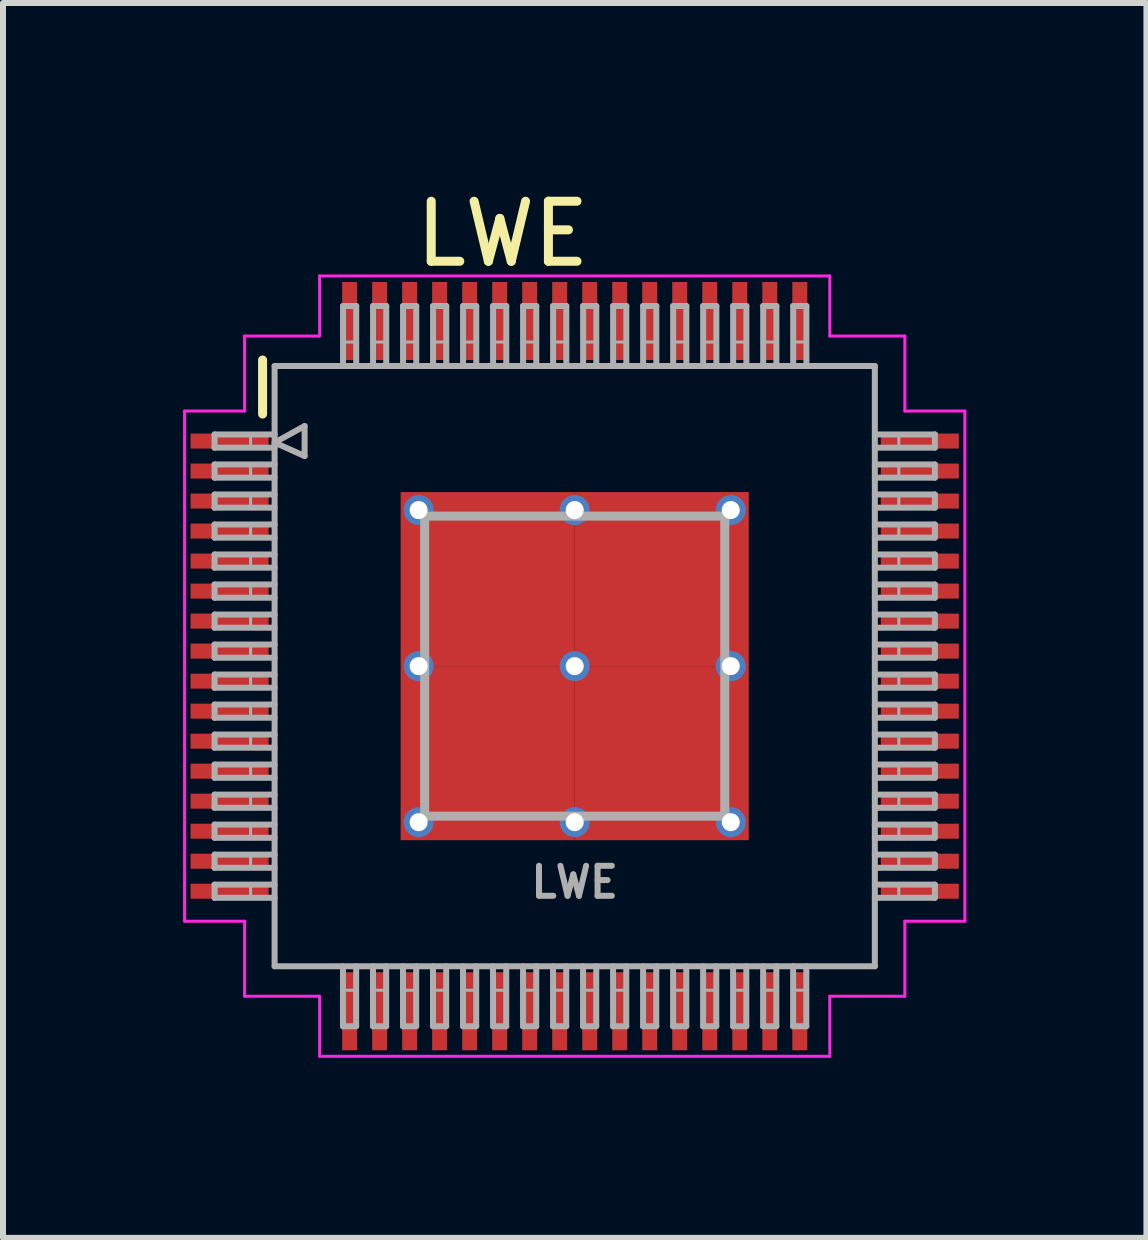
<source format=kicad_pcb>
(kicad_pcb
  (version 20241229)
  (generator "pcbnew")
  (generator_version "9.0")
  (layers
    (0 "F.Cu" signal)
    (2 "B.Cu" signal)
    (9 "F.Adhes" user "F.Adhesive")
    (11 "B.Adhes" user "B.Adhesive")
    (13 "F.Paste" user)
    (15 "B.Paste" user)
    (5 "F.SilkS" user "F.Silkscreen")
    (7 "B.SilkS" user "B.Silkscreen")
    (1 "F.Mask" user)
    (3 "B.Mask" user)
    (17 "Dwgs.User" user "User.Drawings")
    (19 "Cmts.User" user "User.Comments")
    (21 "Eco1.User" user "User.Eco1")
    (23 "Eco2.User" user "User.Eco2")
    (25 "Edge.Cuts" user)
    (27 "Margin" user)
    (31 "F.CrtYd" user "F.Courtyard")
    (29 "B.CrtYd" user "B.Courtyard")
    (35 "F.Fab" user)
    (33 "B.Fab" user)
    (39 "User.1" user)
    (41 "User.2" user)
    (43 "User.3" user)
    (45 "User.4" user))
  (footprint "LWE"
    (layer "F.Cu")
    (at 6.525 8.048)
    (property "Reference" "LWE" (at -1.2 -7.2 0) (layer "F.SilkS") (effects (font (size 1 1) (thickness 0.15))))
    (attr smd)
    (fp_line (start -5.2 -5.1) (end -5.2 -4.2) (stroke (width 0.15) (type solid)) (layer "F.SilkS"))
    (fp_line (start -6.5 -4.25) (end -5.5 -4.25) (stroke (width 0.05) (type solid)) (layer "F.CrtYd"))
    (fp_line (start -6.5 4.25) (end -6.5 -4.25) (stroke (width 0.05) (type solid)) (layer "F.CrtYd"))
    (fp_line (start -5.5 -5.5) (end -4.25 -5.5) (stroke (width 0.05) (type solid)) (layer "F.CrtYd"))
    (fp_line (start -5.5 -4.25) (end -5.5 -5.5) (stroke (width 0.05) (type solid)) (layer "F.CrtYd"))
    (fp_line (start -5.5 4.25) (end -6.5 4.25) (stroke (width 0.05) (type solid)) (layer "F.CrtYd"))
    (fp_line (start -5.5 5.5) (end -5.5 4.25) (stroke (width 0.05) (type solid)) (layer "F.CrtYd"))
    (fp_line (start -4.25 -6.5) (end 4.25 -6.5) (stroke (width 0.05) (type solid)) (layer "F.CrtYd"))
    (fp_line (start -4.25 -5.5) (end -4.25 -6.5) (stroke (width 0.05) (type solid)) (layer "F.CrtYd"))
    (fp_line (start -4.25 5.5) (end -5.5 5.5) (stroke (width 0.05) (type solid)) (layer "F.CrtYd"))
    (fp_line (start -4.25 6.5) (end -4.25 5.5) (stroke (width 0.05) (type solid)) (layer "F.CrtYd"))
    (fp_line (start 4.25 -6.5) (end 4.25 -5.5) (stroke (width 0.05) (type solid)) (layer "F.CrtYd"))
    (fp_line (start 4.25 -5.5) (end 5.5 -5.5) (stroke (width 0.05) (type solid)) (layer "F.CrtYd"))
    (fp_line (start 4.25 5.5) (end 4.25 6.5) (stroke (width 0.05) (type solid)) (layer "F.CrtYd"))
    (fp_line (start 4.25 6.5) (end -4.25 6.5) (stroke (width 0.05) (type solid)) (layer "F.CrtYd"))
    (fp_line (start 5.5 -5.5) (end 5.5 -4.25) (stroke (width 0.05) (type solid)) (layer "F.CrtYd"))
    (fp_line (start 5.5 -4.25) (end 6.5 -4.25) (stroke (width 0.05) (type solid)) (layer "F.CrtYd"))
    (fp_line (start 5.5 4.25) (end 5.5 5.5) (stroke (width 0.05) (type solid)) (layer "F.CrtYd"))
    (fp_line (start 5.5 5.5) (end 4.25 5.5) (stroke (width 0.05) (type solid)) (layer "F.CrtYd"))
    (fp_line (start 6.5 -4.25) (end 6.5 4.25) (stroke (width 0.05) (type solid)) (layer "F.CrtYd"))
    (fp_line (start 6.5 4.25) (end 5.5 4.25) (stroke (width 0.05) (type solid)) (layer "F.CrtYd"))
    (fp_line (start -6 -3.86) (end -6 -3.64) (stroke (width 0.1) (type solid)) (layer "F.Fab"))
    (fp_line (start -6 -3.64) (end -5 -3.64) (stroke (width 0.1) (type solid)) (layer "F.Fab"))
    (fp_line (start -6 -3.36) (end -6 -3.14) (stroke (width 0.1) (type solid)) (layer "F.Fab"))
    (fp_line (start -6 -3.14) (end -5 -3.14) (stroke (width 0.1) (type solid)) (layer "F.Fab"))
    (fp_line (start -6 -2.86) (end -6 -2.64) (stroke (width 0.1) (type solid)) (layer "F.Fab"))
    (fp_line (start -6 -2.64) (end -5 -2.64) (stroke (width 0.1) (type solid)) (layer "F.Fab"))
    (fp_line (start -6 -2.36) (end -6 -2.14) (stroke (width 0.1) (type solid)) (layer "F.Fab"))
    (fp_line (start -6 -2.14) (end -5 -2.14) (stroke (width 0.1) (type solid)) (layer "F.Fab"))
    (fp_line (start -6 -1.86) (end -6 -1.64) (stroke (width 0.1) (type solid)) (layer "F.Fab"))
    (fp_line (start -6 -1.64) (end -5 -1.64) (stroke (width 0.1) (type solid)) (layer "F.Fab"))
    (fp_line (start -6 -1.36) (end -6 -1.14) (stroke (width 0.1) (type solid)) (layer "F.Fab"))
    (fp_line (start -6 -1.14) (end -5 -1.14) (stroke (width 0.1) (type solid)) (layer "F.Fab"))
    (fp_line (start -6 -0.86) (end -6 -0.64) (stroke (width 0.1) (type solid)) (layer "F.Fab"))
    (fp_line (start -6 -0.64) (end -5 -0.64) (stroke (width 0.1) (type solid)) (layer "F.Fab"))
    (fp_line (start -6 -0.36) (end -6 -0.14) (stroke (width 0.1) (type solid)) (layer "F.Fab"))
    (fp_line (start -6 -0.14) (end -5 -0.14) (stroke (width 0.1) (type solid)) (layer "F.Fab"))
    (fp_line (start -6 0.14) (end -6 0.36) (stroke (width 0.1) (type solid)) (layer "F.Fab"))
    (fp_line (start -6 0.36) (end -5 0.36) (stroke (width 0.1) (type solid)) (layer "F.Fab"))
    (fp_line (start -6 0.64) (end -6 0.86) (stroke (width 0.1) (type solid)) (layer "F.Fab"))
    (fp_line (start -6 0.86) (end -5 0.86) (stroke (width 0.1) (type solid)) (layer "F.Fab"))
    (fp_line (start -6 1.14) (end -6 1.36) (stroke (width 0.1) (type solid)) (layer "F.Fab"))
    (fp_line (start -6 1.36) (end -5 1.36) (stroke (width 0.1) (type solid)) (layer "F.Fab"))
    (fp_line (start -6 1.64) (end -6 1.86) (stroke (width 0.1) (type solid)) (layer "F.Fab"))
    (fp_line (start -6 1.86) (end -5 1.86) (stroke (width 0.1) (type solid)) (layer "F.Fab"))
    (fp_line (start -6 2.14) (end -6 2.36) (stroke (width 0.1) (type solid)) (layer "F.Fab"))
    (fp_line (start -6 2.36) (end -5 2.36) (stroke (width 0.1) (type solid)) (layer "F.Fab"))
    (fp_line (start -6 2.64) (end -6 2.86) (stroke (width 0.1) (type solid)) (layer "F.Fab"))
    (fp_line (start -6 2.86) (end -5 2.86) (stroke (width 0.1) (type solid)) (layer "F.Fab"))
    (fp_line (start -6 3.14) (end -6 3.36) (stroke (width 0.1) (type solid)) (layer "F.Fab"))
    (fp_line (start -6 3.36) (end -5 3.36) (stroke (width 0.1) (type solid)) (layer "F.Fab"))
    (fp_line (start -6 3.64) (end -6 3.86) (stroke (width 0.1) (type solid)) (layer "F.Fab"))
    (fp_line (start -6 3.86) (end -5 3.86) (stroke (width 0.1) (type solid)) (layer "F.Fab"))
    (fp_line (start -5.4 -3.86) (end -5.4 -3.64) (stroke (width 0.05) (type solid)) (layer "F.Fab"))
    (fp_line (start -5.4 -3.36) (end -5.4 -3.14) (stroke (width 0.05) (type solid)) (layer "F.Fab"))
    (fp_line (start -5.4 -2.86) (end -5.4 -2.64) (stroke (width 0.05) (type solid)) (layer "F.Fab"))
    (fp_line (start -5.4 -2.36) (end -5.4 -2.14) (stroke (width 0.05) (type solid)) (layer "F.Fab"))
    (fp_line (start -5.4 -1.86) (end -5.4 -1.64) (stroke (width 0.05) (type solid)) (layer "F.Fab"))
    (fp_line (start -5.4 -1.36) (end -5.4 -1.14) (stroke (width 0.05) (type solid)) (layer "F.Fab"))
    (fp_line (start -5.4 -0.86) (end -5.4 -0.64) (stroke (width 0.05) (type solid)) (layer "F.Fab"))
    (fp_line (start -5.4 -0.36) (end -5.4 -0.14) (stroke (width 0.05) (type solid)) (layer "F.Fab"))
    (fp_line (start -5.4 0.14) (end -5.4 0.36) (stroke (width 0.05) (type solid)) (layer "F.Fab"))
    (fp_line (start -5.4 0.64) (end -5.4 0.86) (stroke (width 0.05) (type solid)) (layer "F.Fab"))
    (fp_line (start -5.4 1.14) (end -5.4 1.36) (stroke (width 0.05) (type solid)) (layer "F.Fab"))
    (fp_line (start -5.4 1.64) (end -5.4 1.86) (stroke (width 0.05) (type solid)) (layer "F.Fab"))
    (fp_line (start -5.4 2.14) (end -5.4 2.36) (stroke (width 0.05) (type solid)) (layer "F.Fab"))
    (fp_line (start -5.4 2.64) (end -5.4 2.86) (stroke (width 0.05) (type solid)) (layer "F.Fab"))
    (fp_line (start -5.4 3.14) (end -5.4 3.36) (stroke (width 0.05) (type solid)) (layer "F.Fab"))
    (fp_line (start -5.4 3.64) (end -5.4 3.86) (stroke (width 0.05) (type solid)) (layer "F.Fab"))
    (fp_line (start -5 -5) (end -5 5) (stroke (width 0.1) (type solid)) (layer "F.Fab"))
    (fp_line (start -5 -3.86) (end -6 -3.86) (stroke (width 0.1) (type solid)) (layer "F.Fab"))
    (fp_line (start -5 -3.725) (end -4.5 -4) (stroke (width 0.1) (type solid)) (layer "F.Fab"))
    (fp_line (start -5 -3.36) (end -6 -3.36) (stroke (width 0.1) (type solid)) (layer "F.Fab"))
    (fp_line (start -5 -2.86) (end -6 -2.86) (stroke (width 0.1) (type solid)) (layer "F.Fab"))
    (fp_line (start -5 -2.36) (end -6 -2.36) (stroke (width 0.1) (type solid)) (layer "F.Fab"))
    (fp_line (start -5 -1.86) (end -6 -1.86) (stroke (width 0.1) (type solid)) (layer "F.Fab"))
    (fp_line (start -5 -1.36) (end -6 -1.36) (stroke (width 0.1) (type solid)) (layer "F.Fab"))
    (fp_line (start -5 -0.86) (end -6 -0.86) (stroke (width 0.1) (type solid)) (layer "F.Fab"))
    (fp_line (start -5 -0.36) (end -6 -0.36) (stroke (width 0.1) (type solid)) (layer "F.Fab"))
    (fp_line (start -5 0.14) (end -6 0.14) (stroke (width 0.1) (type solid)) (layer "F.Fab"))
    (fp_line (start -5 0.64) (end -6 0.64) (stroke (width 0.1) (type solid)) (layer "F.Fab"))
    (fp_line (start -5 1.14) (end -6 1.14) (stroke (width 0.1) (type solid)) (layer "F.Fab"))
    (fp_line (start -5 1.64) (end -6 1.64) (stroke (width 0.1) (type solid)) (layer "F.Fab"))
    (fp_line (start -5 2.14) (end -6 2.14) (stroke (width 0.1) (type solid)) (layer "F.Fab"))
    (fp_line (start -5 2.64) (end -6 2.64) (stroke (width 0.1) (type solid)) (layer "F.Fab"))
    (fp_line (start -5 3.14) (end -6 3.14) (stroke (width 0.1) (type solid)) (layer "F.Fab"))
    (fp_line (start -5 3.64) (end -6 3.64) (stroke (width 0.1) (type solid)) (layer "F.Fab"))
    (fp_line (start -5 5) (end 5 5) (stroke (width 0.1) (type solid)) (layer "F.Fab"))
    (fp_line (start -4.5 -4) (end -4.5 -3.5) (stroke (width 0.1) (type solid)) (layer "F.Fab"))
    (fp_line (start -4.5 -3.5) (end -5 -3.725) (stroke (width 0.1) (type solid)) (layer "F.Fab"))
    (fp_line (start -3.861 5) (end -3.861 6) (stroke (width 0.1) (type solid)) (layer "F.Fab"))
    (fp_line (start -3.861 6) (end -3.641 6) (stroke (width 0.1) (type solid)) (layer "F.Fab"))
    (fp_line (start -3.86 -6) (end -3.86 -5) (stroke (width 0.1) (type solid)) (layer "F.Fab"))
    (fp_line (start -3.86 -5.4) (end -3.64 -5.4) (stroke (width 0.05) (type solid)) (layer "F.Fab"))
    (fp_line (start -3.86 5.4) (end -3.64 5.4) (stroke (width 0.05) (type solid)) (layer "F.Fab"))
    (fp_line (start -3.641 6) (end -3.641 5) (stroke (width 0.1) (type solid)) (layer "F.Fab"))
    (fp_line (start -3.64 -6) (end -3.86 -6) (stroke (width 0.1) (type solid)) (layer "F.Fab"))
    (fp_line (start -3.64 -5) (end -3.64 -6) (stroke (width 0.1) (type solid)) (layer "F.Fab"))
    (fp_line (start -3.361 5) (end -3.361 6) (stroke (width 0.1) (type solid)) (layer "F.Fab"))
    (fp_line (start -3.361 6) (end -3.141 6) (stroke (width 0.1) (type solid)) (layer "F.Fab"))
    (fp_line (start -3.36 -6) (end -3.36 -5) (stroke (width 0.1) (type solid)) (layer "F.Fab"))
    (fp_line (start -3.36 -5.4) (end -3.14 -5.4) (stroke (width 0.05) (type solid)) (layer "F.Fab"))
    (fp_line (start -3.36 5.4) (end -3.14 5.4) (stroke (width 0.05) (type solid)) (layer "F.Fab"))
    (fp_line (start -3.141 6) (end -3.141 5) (stroke (width 0.1) (type solid)) (layer "F.Fab"))
    (fp_line (start -3.14 -6) (end -3.36 -6) (stroke (width 0.1) (type solid)) (layer "F.Fab"))
    (fp_line (start -3.14 -5) (end -3.14 -6) (stroke (width 0.1) (type solid)) (layer "F.Fab"))
    (fp_line (start -2.861 5) (end -2.861 6) (stroke (width 0.1) (type solid)) (layer "F.Fab"))
    (fp_line (start -2.861 6) (end -2.641 6) (stroke (width 0.1) (type solid)) (layer "F.Fab"))
    (fp_line (start -2.86 -6) (end -2.86 -5) (stroke (width 0.1) (type solid)) (layer "F.Fab"))
    (fp_line (start -2.86 -5.4) (end -2.64 -5.4) (stroke (width 0.05) (type solid)) (layer "F.Fab"))
    (fp_line (start -2.86 5.4) (end -2.64 5.4) (stroke (width 0.05) (type solid)) (layer "F.Fab"))
    (fp_line (start -2.641 6) (end -2.641 5) (stroke (width 0.1) (type solid)) (layer "F.Fab"))
    (fp_line (start -2.64 -6) (end -2.86 -6) (stroke (width 0.1) (type solid)) (layer "F.Fab"))
    (fp_line (start -2.64 -5) (end -2.64 -6) (stroke (width 0.1) (type solid)) (layer "F.Fab"))
    (fp_line (start -2.5 -2.5) (end 2.5 -2.5) (stroke (width 0.15) (type solid)) (layer "F.Fab"))
    (fp_line (start -2.5 2.5) (end -2.5 -2.5) (stroke (width 0.15) (type solid)) (layer "F.Fab"))
    (fp_line (start -2.361 5) (end -2.361 6) (stroke (width 0.1) (type solid)) (layer "F.Fab"))
    (fp_line (start -2.361 6) (end -2.141 6) (stroke (width 0.1) (type solid)) (layer "F.Fab"))
    (fp_line (start -2.36 -6) (end -2.36 -5) (stroke (width 0.1) (type solid)) (layer "F.Fab"))
    (fp_line (start -2.36 -5.4) (end -2.14 -5.4) (stroke (width 0.05) (type solid)) (layer "F.Fab"))
    (fp_line (start -2.36 5.4) (end -2.14 5.4) (stroke (width 0.05) (type solid)) (layer "F.Fab"))
    (fp_line (start -2.141 6) (end -2.141 5) (stroke (width 0.1) (type solid)) (layer "F.Fab"))
    (fp_line (start -2.14 -6) (end -2.36 -6) (stroke (width 0.1) (type solid)) (layer "F.Fab"))
    (fp_line (start -2.14 -5) (end -2.14 -6) (stroke (width 0.1) (type solid)) (layer "F.Fab"))
    (fp_line (start -1.861 5) (end -1.861 6) (stroke (width 0.1) (type solid)) (layer "F.Fab"))
    (fp_line (start -1.861 6) (end -1.641 6) (stroke (width 0.1) (type solid)) (layer "F.Fab"))
    (fp_line (start -1.86 -6) (end -1.86 -5) (stroke (width 0.1) (type solid)) (layer "F.Fab"))
    (fp_line (start -1.86 -5.4) (end -1.64 -5.4) (stroke (width 0.05) (type solid)) (layer "F.Fab"))
    (fp_line (start -1.86 5.4) (end -1.64 5.4) (stroke (width 0.05) (type solid)) (layer "F.Fab"))
    (fp_line (start -1.641 6) (end -1.641 5) (stroke (width 0.1) (type solid)) (layer "F.Fab"))
    (fp_line (start -1.64 -6) (end -1.86 -6) (stroke (width 0.1) (type solid)) (layer "F.Fab"))
    (fp_line (start -1.64 -5) (end -1.64 -6) (stroke (width 0.1) (type solid)) (layer "F.Fab"))
    (fp_line (start -1.361 5) (end -1.361 6) (stroke (width 0.1) (type solid)) (layer "F.Fab"))
    (fp_line (start -1.361 6) (end -1.141 6) (stroke (width 0.1) (type solid)) (layer "F.Fab"))
    (fp_line (start -1.36 -6) (end -1.36 -5) (stroke (width 0.1) (type solid)) (layer "F.Fab"))
    (fp_line (start -1.36 -5.4) (end -1.14 -5.4) (stroke (width 0.05) (type solid)) (layer "F.Fab"))
    (fp_line (start -1.36 5.4) (end -1.14 5.4) (stroke (width 0.05) (type solid)) (layer "F.Fab"))
    (fp_line (start -1.141 6) (end -1.141 5) (stroke (width 0.1) (type solid)) (layer "F.Fab"))
    (fp_line (start -1.14 -6) (end -1.36 -6) (stroke (width 0.1) (type solid)) (layer "F.Fab"))
    (fp_line (start -1.14 -5) (end -1.14 -6) (stroke (width 0.1) (type solid)) (layer "F.Fab"))
    (fp_line (start -0.861 5) (end -0.861 6) (stroke (width 0.1) (type solid)) (layer "F.Fab"))
    (fp_line (start -0.861 6) (end -0.641 6) (stroke (width 0.1) (type solid)) (layer "F.Fab"))
    (fp_line (start -0.86 -6) (end -0.86 -5) (stroke (width 0.1) (type solid)) (layer "F.Fab"))
    (fp_line (start -0.86 -5.4) (end -0.64 -5.4) (stroke (width 0.05) (type solid)) (layer "F.Fab"))
    (fp_line (start -0.86 5.4) (end -0.64 5.4) (stroke (width 0.05) (type solid)) (layer "F.Fab"))
    (fp_line (start -0.641 6) (end -0.641 5) (stroke (width 0.1) (type solid)) (layer "F.Fab"))
    (fp_line (start -0.64 -6) (end -0.86 -6) (stroke (width 0.1) (type solid)) (layer "F.Fab"))
    (fp_line (start -0.64 -5) (end -0.64 -6) (stroke (width 0.1) (type solid)) (layer "F.Fab"))
    (fp_line (start -0.361 5) (end -0.361 6) (stroke (width 0.1) (type solid)) (layer "F.Fab"))
    (fp_line (start -0.361 6) (end -0.141 6) (stroke (width 0.1) (type solid)) (layer "F.Fab"))
    (fp_line (start -0.36 -6) (end -0.36 -5) (stroke (width 0.1) (type solid)) (layer "F.Fab"))
    (fp_line (start -0.36 -5.4) (end -0.14 -5.4) (stroke (width 0.05) (type solid)) (layer "F.Fab"))
    (fp_line (start -0.36 5.4) (end -0.14 5.4) (stroke (width 0.05) (type solid)) (layer "F.Fab"))
    (fp_line (start -0.141 6) (end -0.141 5) (stroke (width 0.1) (type solid)) (layer "F.Fab"))
    (fp_line (start -0.14 -6) (end -0.36 -6) (stroke (width 0.1) (type solid)) (layer "F.Fab"))
    (fp_line (start -0.14 -5) (end -0.14 -6) (stroke (width 0.1) (type solid)) (layer "F.Fab"))
    (fp_line (start 0.139 5) (end 0.139 6) (stroke (width 0.1) (type solid)) (layer "F.Fab"))
    (fp_line (start 0.139 6) (end 0.359 6) (stroke (width 0.1) (type solid)) (layer "F.Fab"))
    (fp_line (start 0.14 -6) (end 0.14 -5) (stroke (width 0.1) (type solid)) (layer "F.Fab"))
    (fp_line (start 0.14 -5.4) (end 0.36 -5.4) (stroke (width 0.05) (type solid)) (layer "F.Fab"))
    (fp_line (start 0.14 5.4) (end 0.36 5.4) (stroke (width 0.05) (type solid)) (layer "F.Fab"))
    (fp_line (start 0.359 6) (end 0.359 5) (stroke (width 0.1) (type solid)) (layer "F.Fab"))
    (fp_line (start 0.36 -6) (end 0.14 -6) (stroke (width 0.1) (type solid)) (layer "F.Fab"))
    (fp_line (start 0.36 -5) (end 0.36 -6) (stroke (width 0.1) (type solid)) (layer "F.Fab"))
    (fp_line (start 0.639 5) (end 0.639 6) (stroke (width 0.1) (type solid)) (layer "F.Fab"))
    (fp_line (start 0.639 6) (end 0.859 6) (stroke (width 0.1) (type solid)) (layer "F.Fab"))
    (fp_line (start 0.64 -6) (end 0.64 -5) (stroke (width 0.1) (type solid)) (layer "F.Fab"))
    (fp_line (start 0.64 -5.4) (end 0.86 -5.4) (stroke (width 0.05) (type solid)) (layer "F.Fab"))
    (fp_line (start 0.64 5.4) (end 0.86 5.4) (stroke (width 0.05) (type solid)) (layer "F.Fab"))
    (fp_line (start 0.859 6) (end 0.859 5) (stroke (width 0.1) (type solid)) (layer "F.Fab"))
    (fp_line (start 0.86 -6) (end 0.64 -6) (stroke (width 0.1) (type solid)) (layer "F.Fab"))
    (fp_line (start 0.86 -5) (end 0.86 -6) (stroke (width 0.1) (type solid)) (layer "F.Fab"))
    (fp_line (start 1.139 5) (end 1.139 6) (stroke (width 0.1) (type solid)) (layer "F.Fab"))
    (fp_line (start 1.139 6) (end 1.359 6) (stroke (width 0.1) (type solid)) (layer "F.Fab"))
    (fp_line (start 1.14 -6) (end 1.14 -5) (stroke (width 0.1) (type solid)) (layer "F.Fab"))
    (fp_line (start 1.14 -5.4) (end 1.36 -5.4) (stroke (width 0.05) (type solid)) (layer "F.Fab"))
    (fp_line (start 1.14 5.4) (end 1.36 5.4) (stroke (width 0.05) (type solid)) (layer "F.Fab"))
    (fp_line (start 1.359 6) (end 1.359 5) (stroke (width 0.1) (type solid)) (layer "F.Fab"))
    (fp_line (start 1.36 -6) (end 1.14 -6) (stroke (width 0.1) (type solid)) (layer "F.Fab"))
    (fp_line (start 1.36 -5) (end 1.36 -6) (stroke (width 0.1) (type solid)) (layer "F.Fab"))
    (fp_line (start 1.639 5) (end 1.639 6) (stroke (width 0.1) (type solid)) (layer "F.Fab"))
    (fp_line (start 1.639 6) (end 1.859 6) (stroke (width 0.1) (type solid)) (layer "F.Fab"))
    (fp_line (start 1.64 -6) (end 1.64 -5) (stroke (width 0.1) (type solid)) (layer "F.Fab"))
    (fp_line (start 1.64 -5.4) (end 1.86 -5.4) (stroke (width 0.05) (type solid)) (layer "F.Fab"))
    (fp_line (start 1.64 5.4) (end 1.86 5.4) (stroke (width 0.05) (type solid)) (layer "F.Fab"))
    (fp_line (start 1.859 6) (end 1.859 5) (stroke (width 0.1) (type solid)) (layer "F.Fab"))
    (fp_line (start 1.86 -6) (end 1.64 -6) (stroke (width 0.1) (type solid)) (layer "F.Fab"))
    (fp_line (start 1.86 -5) (end 1.86 -6) (stroke (width 0.1) (type solid)) (layer "F.Fab"))
    (fp_line (start 2.139 5) (end 2.139 6) (stroke (width 0.1) (type solid)) (layer "F.Fab"))
    (fp_line (start 2.139 6) (end 2.359 6) (stroke (width 0.1) (type solid)) (layer "F.Fab"))
    (fp_line (start 2.14 -6) (end 2.14 -5) (stroke (width 0.1) (type solid)) (layer "F.Fab"))
    (fp_line (start 2.14 -5.4) (end 2.36 -5.4) (stroke (width 0.05) (type solid)) (layer "F.Fab"))
    (fp_line (start 2.14 5.4) (end 2.36 5.4) (stroke (width 0.05) (type solid)) (layer "F.Fab"))
    (fp_line (start 2.359 6) (end 2.359 5) (stroke (width 0.1) (type solid)) (layer "F.Fab"))
    (fp_line (start 2.36 -6) (end 2.14 -6) (stroke (width 0.1) (type solid)) (layer "F.Fab"))
    (fp_line (start 2.36 -5) (end 2.36 -6) (stroke (width 0.1) (type solid)) (layer "F.Fab"))
    (fp_line (start 2.5 -2.5) (end 2.5 2.5) (stroke (width 0.15) (type solid)) (layer "F.Fab"))
    (fp_line (start 2.5 2.5) (end -2.5 2.5) (stroke (width 0.15) (type solid)) (layer "F.Fab"))
    (fp_line (start 2.639 5) (end 2.639 6) (stroke (width 0.1) (type solid)) (layer "F.Fab"))
    (fp_line (start 2.639 6) (end 2.859 6) (stroke (width 0.1) (type solid)) (layer "F.Fab"))
    (fp_line (start 2.64 -6) (end 2.64 -5) (stroke (width 0.1) (type solid)) (layer "F.Fab"))
    (fp_line (start 2.64 -5.4) (end 2.86 -5.4) (stroke (width 0.05) (type solid)) (layer "F.Fab"))
    (fp_line (start 2.64 5.4) (end 2.86 5.4) (stroke (width 0.05) (type solid)) (layer "F.Fab"))
    (fp_line (start 2.859 6) (end 2.859 5) (stroke (width 0.1) (type solid)) (layer "F.Fab"))
    (fp_line (start 2.86 -6) (end 2.64 -6) (stroke (width 0.1) (type solid)) (layer "F.Fab"))
    (fp_line (start 2.86 -5) (end 2.86 -6) (stroke (width 0.1) (type solid)) (layer "F.Fab"))
    (fp_line (start 3.139 5) (end 3.139 6) (stroke (width 0.1) (type solid)) (layer "F.Fab"))
    (fp_line (start 3.139 6) (end 3.359 6) (stroke (width 0.1) (type solid)) (layer "F.Fab"))
    (fp_line (start 3.14 -6) (end 3.14 -5) (stroke (width 0.1) (type solid)) (layer "F.Fab"))
    (fp_line (start 3.14 -5.4) (end 3.36 -5.4) (stroke (width 0.05) (type solid)) (layer "F.Fab"))
    (fp_line (start 3.14 5.4) (end 3.36 5.4) (stroke (width 0.05) (type solid)) (layer "F.Fab"))
    (fp_line (start 3.359 6) (end 3.359 5) (stroke (width 0.1) (type solid)) (layer "F.Fab"))
    (fp_line (start 3.36 -6) (end 3.14 -6) (stroke (width 0.1) (type solid)) (layer "F.Fab"))
    (fp_line (start 3.36 -5) (end 3.36 -6) (stroke (width 0.1) (type solid)) (layer "F.Fab"))
    (fp_line (start 3.639 5) (end 3.639 6) (stroke (width 0.1) (type solid)) (layer "F.Fab"))
    (fp_line (start 3.639 6) (end 3.859 6) (stroke (width 0.1) (type solid)) (layer "F.Fab"))
    (fp_line (start 3.64 -6) (end 3.64 -5) (stroke (width 0.1) (type solid)) (layer "F.Fab"))
    (fp_line (start 3.64 -5.4) (end 3.86 -5.4) (stroke (width 0.05) (type solid)) (layer "F.Fab"))
    (fp_line (start 3.64 5.4) (end 3.86 5.4) (stroke (width 0.05) (type solid)) (layer "F.Fab"))
    (fp_line (start 3.859 6) (end 3.859 5) (stroke (width 0.1) (type solid)) (layer "F.Fab"))
    (fp_line (start 3.86 -6) (end 3.64 -6) (stroke (width 0.1) (type solid)) (layer "F.Fab"))
    (fp_line (start 3.86 -5) (end 3.86 -6) (stroke (width 0.1) (type solid)) (layer "F.Fab"))
    (fp_line (start 5 -5) (end -5 -5) (stroke (width 0.1) (type solid)) (layer "F.Fab"))
    (fp_line (start 5 -3.64) (end 6 -3.64) (stroke (width 0.1) (type solid)) (layer "F.Fab"))
    (fp_line (start 5 -3.14) (end 6 -3.14) (stroke (width 0.1) (type solid)) (layer "F.Fab"))
    (fp_line (start 5 -2.64) (end 6 -2.64) (stroke (width 0.1) (type solid)) (layer "F.Fab"))
    (fp_line (start 5 -2.14) (end 6 -2.14) (stroke (width 0.1) (type solid)) (layer "F.Fab"))
    (fp_line (start 5 -1.64) (end 6 -1.64) (stroke (width 0.1) (type solid)) (layer "F.Fab"))
    (fp_line (start 5 -1.14) (end 6 -1.14) (stroke (width 0.1) (type solid)) (layer "F.Fab"))
    (fp_line (start 5 -0.64) (end 6 -0.64) (stroke (width 0.1) (type solid)) (layer "F.Fab"))
    (fp_line (start 5 -0.14) (end 6 -0.14) (stroke (width 0.1) (type solid)) (layer "F.Fab"))
    (fp_line (start 5 0.36) (end 6 0.36) (stroke (width 0.1) (type solid)) (layer "F.Fab"))
    (fp_line (start 5 0.86) (end 6 0.86) (stroke (width 0.1) (type solid)) (layer "F.Fab"))
    (fp_line (start 5 1.36) (end 6 1.36) (stroke (width 0.1) (type solid)) (layer "F.Fab"))
    (fp_line (start 5 1.86) (end 6 1.86) (stroke (width 0.1) (type solid)) (layer "F.Fab"))
    (fp_line (start 5 2.36) (end 6 2.36) (stroke (width 0.1) (type solid)) (layer "F.Fab"))
    (fp_line (start 5 2.86) (end 6 2.86) (stroke (width 0.1) (type solid)) (layer "F.Fab"))
    (fp_line (start 5 3.36) (end 6 3.36) (stroke (width 0.1) (type solid)) (layer "F.Fab"))
    (fp_line (start 5 3.86) (end 6 3.86) (stroke (width 0.1) (type solid)) (layer "F.Fab"))
    (fp_line (start 5 5) (end 5 -5) (stroke (width 0.1) (type solid)) (layer "F.Fab"))
    (fp_line (start 5.4 -3.86) (end 5.4 -3.64) (stroke (width 0.05) (type solid)) (layer "F.Fab"))
    (fp_line (start 5.4 -3.36) (end 5.4 -3.14) (stroke (width 0.05) (type solid)) (layer "F.Fab"))
    (fp_line (start 5.4 -2.86) (end 5.4 -2.64) (stroke (width 0.05) (type solid)) (layer "F.Fab"))
    (fp_line (start 5.4 -2.36) (end 5.4 -2.14) (stroke (width 0.05) (type solid)) (layer "F.Fab"))
    (fp_line (start 5.4 -1.86) (end 5.4 -1.64) (stroke (width 0.05) (type solid)) (layer "F.Fab"))
    (fp_line (start 5.4 -1.36) (end 5.4 -1.14) (stroke (width 0.05) (type solid)) (layer "F.Fab"))
    (fp_line (start 5.4 -0.86) (end 5.4 -0.64) (stroke (width 0.05) (type solid)) (layer "F.Fab"))
    (fp_line (start 5.4 -0.36) (end 5.4 -0.14) (stroke (width 0.05) (type solid)) (layer "F.Fab"))
    (fp_line (start 5.4 0.14) (end 5.4 0.36) (stroke (width 0.05) (type solid)) (layer "F.Fab"))
    (fp_line (start 5.4 0.64) (end 5.4 0.86) (stroke (width 0.05) (type solid)) (layer "F.Fab"))
    (fp_line (start 5.4 1.14) (end 5.4 1.36) (stroke (width 0.05) (type solid)) (layer "F.Fab"))
    (fp_line (start 5.4 1.64) (end 5.4 1.86) (stroke (width 0.05) (type solid)) (layer "F.Fab"))
    (fp_line (start 5.4 2.14) (end 5.4 2.36) (stroke (width 0.05) (type solid)) (layer "F.Fab"))
    (fp_line (start 5.4 2.64) (end 5.4 2.86) (stroke (width 0.05) (type solid)) (layer "F.Fab"))
    (fp_line (start 5.4 3.14) (end 5.4 3.36) (stroke (width 0.05) (type solid)) (layer "F.Fab"))
    (fp_line (start 5.4 3.64) (end 5.4 3.86) (stroke (width 0.05) (type solid)) (layer "F.Fab"))
    (fp_line (start 6 -3.86) (end 5 -3.86) (stroke (width 0.1) (type solid)) (layer "F.Fab"))
    (fp_line (start 6 -3.64) (end 6 -3.86) (stroke (width 0.1) (type solid)) (layer "F.Fab"))
    (fp_line (start 6 -3.36) (end 5 -3.36) (stroke (width 0.1) (type solid)) (layer "F.Fab"))
    (fp_line (start 6 -3.14) (end 6 -3.36) (stroke (width 0.1) (type solid)) (layer "F.Fab"))
    (fp_line (start 6 -2.86) (end 5 -2.86) (stroke (width 0.1) (type solid)) (layer "F.Fab"))
    (fp_line (start 6 -2.64) (end 6 -2.86) (stroke (width 0.1) (type solid)) (layer "F.Fab"))
    (fp_line (start 6 -2.36) (end 5 -2.36) (stroke (width 0.1) (type solid)) (layer "F.Fab"))
    (fp_line (start 6 -2.14) (end 6 -2.36) (stroke (width 0.1) (type solid)) (layer "F.Fab"))
    (fp_line (start 6 -1.86) (end 5 -1.86) (stroke (width 0.1) (type solid)) (layer "F.Fab"))
    (fp_line (start 6 -1.64) (end 6 -1.86) (stroke (width 0.1) (type solid)) (layer "F.Fab"))
    (fp_line (start 6 -1.36) (end 5 -1.36) (stroke (width 0.1) (type solid)) (layer "F.Fab"))
    (fp_line (start 6 -1.14) (end 6 -1.36) (stroke (width 0.1) (type solid)) (layer "F.Fab"))
    (fp_line (start 6 -0.86) (end 5 -0.86) (stroke (width 0.1) (type solid)) (layer "F.Fab"))
    (fp_line (start 6 -0.64) (end 6 -0.86) (stroke (width 0.1) (type solid)) (layer "F.Fab"))
    (fp_line (start 6 -0.36) (end 5 -0.36) (stroke (width 0.1) (type solid)) (layer "F.Fab"))
    (fp_line (start 6 -0.14) (end 6 -0.36) (stroke (width 0.1) (type solid)) (layer "F.Fab"))
    (fp_line (start 6 0.14) (end 5 0.14) (stroke (width 0.1) (type solid)) (layer "F.Fab"))
    (fp_line (start 6 0.36) (end 6 0.14) (stroke (width 0.1) (type solid)) (layer "F.Fab"))
    (fp_line (start 6 0.64) (end 5 0.64) (stroke (width 0.1) (type solid)) (layer "F.Fab"))
    (fp_line (start 6 0.86) (end 6 0.64) (stroke (width 0.1) (type solid)) (layer "F.Fab"))
    (fp_line (start 6 1.14) (end 5 1.14) (stroke (width 0.1) (type solid)) (layer "F.Fab"))
    (fp_line (start 6 1.36) (end 6 1.14) (stroke (width 0.1) (type solid)) (layer "F.Fab"))
    (fp_line (start 6 1.64) (end 5 1.64) (stroke (width 0.1) (type solid)) (layer "F.Fab"))
    (fp_line (start 6 1.86) (end 6 1.64) (stroke (width 0.1) (type solid)) (layer "F.Fab"))
    (fp_line (start 6 2.14) (end 5 2.14) (stroke (width 0.1) (type solid)) (layer "F.Fab"))
    (fp_line (start 6 2.36) (end 6 2.14) (stroke (width 0.1) (type solid)) (layer "F.Fab"))
    (fp_line (start 6 2.64) (end 5 2.64) (stroke (width 0.1) (type solid)) (layer "F.Fab"))
    (fp_line (start 6 2.86) (end 6 2.64) (stroke (width 0.1) (type solid)) (layer "F.Fab"))
    (fp_line (start 6 3.14) (end 5 3.14) (stroke (width 0.1) (type solid)) (layer "F.Fab"))
    (fp_line (start 6 3.36) (end 6 3.14) (stroke (width 0.1) (type solid)) (layer "F.Fab"))
    (fp_line (start 6 3.64) (end 5 3.64) (stroke (width 0.1) (type solid)) (layer "F.Fab"))
    (fp_line (start 6 3.86) (end 6 3.64) (stroke (width 0.1) (type solid)) (layer "F.Fab"))
    (fp_text user "${REFERENCE}" (at 0 3.6 0) (layer "F.Fab") (effects (font (size 0.5 0.5) (thickness 0.1))))
    (pad "1" smd rect (at -5.75 -3.75 90) (size 0.25 1.3) (layers "F.Cu" "F.Mask" "F.Paste"))
    (pad "2" smd rect (at -5.75 -3.25 90) (size 0.25 1.3) (layers "F.Cu" "F.Mask" "F.Paste"))
    (pad "3" smd rect (at -5.75 -2.75 90) (size 0.25 1.3) (layers "F.Cu" "F.Mask" "F.Paste"))
    (pad "4" smd rect (at -5.75 -2.25 90) (size 0.25 1.3) (layers "F.Cu" "F.Mask" "F.Paste"))
    (pad "5" smd rect (at -5.75 -1.75 90) (size 0.25 1.3) (layers "F.Cu" "F.Mask" "F.Paste"))
    (pad "6" smd rect (at -5.75 -1.25 90) (size 0.25 1.3) (layers "F.Cu" "F.Mask" "F.Paste"))
    (pad "7" smd rect (at -5.75 -0.75 90) (size 0.25 1.3) (layers "F.Cu" "F.Mask" "F.Paste"))
    (pad "8" smd rect (at -5.75 -0.25 90) (size 0.25 1.3) (layers "F.Cu" "F.Mask" "F.Paste"))
    (pad "9" smd rect (at -5.75 0.25 90) (size 0.25 1.3) (layers "F.Cu" "F.Mask" "F.Paste"))
    (pad "10" smd rect (at -5.75 0.75 90) (size 0.25 1.3) (layers "F.Cu" "F.Mask" "F.Paste"))
    (pad "11" smd rect (at -5.75 1.25 90) (size 0.25 1.3) (layers "F.Cu" "F.Mask" "F.Paste"))
    (pad "12" smd rect (at -5.75 1.75 90) (size 0.25 1.3) (layers "F.Cu" "F.Mask" "F.Paste"))
    (pad "13" smd rect (at -5.75 2.25 90) (size 0.25 1.3) (layers "F.Cu" "F.Mask" "F.Paste"))
    (pad "14" smd rect (at -5.75 2.75 90) (size 0.25 1.3) (layers "F.Cu" "F.Mask" "F.Paste"))
    (pad "15" smd rect (at -5.75 3.25 90) (size 0.25 1.3) (layers "F.Cu" "F.Mask" "F.Paste"))
    (pad "16" smd rect (at -5.75 3.75 90) (size 0.25 1.3) (layers "F.Cu" "F.Mask" "F.Paste"))
    (pad "17" smd rect (at -3.75 5.75) (size 0.25 1.3) (layers "F.Cu" "F.Mask" "F.Paste"))
    (pad "18" smd rect (at -3.25 5.75) (size 0.25 1.3) (layers "F.Cu" "F.Mask" "F.Paste"))
    (pad "19" smd rect (at -2.75 5.75) (size 0.25 1.3) (layers "F.Cu" "F.Mask" "F.Paste"))
    (pad "20" smd rect (at -2.25 5.75) (size 0.25 1.3) (layers "F.Cu" "F.Mask" "F.Paste"))
    (pad "21" smd rect (at -1.75 5.75) (size 0.25 1.3) (layers "F.Cu" "F.Mask" "F.Paste"))
    (pad "22" smd rect (at -1.25 5.75) (size 0.25 1.3) (layers "F.Cu" "F.Mask" "F.Paste"))
    (pad "23" smd rect (at -0.75 5.75) (size 0.25 1.3) (layers "F.Cu" "F.Mask" "F.Paste"))
    (pad "24" smd rect (at -0.25 5.75) (size 0.25 1.3) (layers "F.Cu" "F.Mask" "F.Paste"))
    (pad "25" smd rect (at 0.25 5.75) (size 0.25 1.3) (layers "F.Cu" "F.Mask" "F.Paste"))
    (pad "26" smd rect (at 0.75 5.75) (size 0.25 1.3) (layers "F.Cu" "F.Mask" "F.Paste"))
    (pad "27" smd rect (at 1.25 5.75) (size 0.25 1.3) (layers "F.Cu" "F.Mask" "F.Paste"))
    (pad "28" smd rect (at 1.75 5.75) (size 0.25 1.3) (layers "F.Cu" "F.Mask" "F.Paste"))
    (pad "29" smd rect (at 2.25 5.75) (size 0.25 1.3) (layers "F.Cu" "F.Mask" "F.Paste"))
    (pad "30" smd rect (at 2.75 5.75) (size 0.25 1.3) (layers "F.Cu" "F.Mask" "F.Paste"))
    (pad "31" smd rect (at 3.25 5.75) (size 0.25 1.3) (layers "F.Cu" "F.Mask" "F.Paste"))
    (pad "32" smd rect (at 3.75 5.75) (size 0.25 1.3) (layers "F.Cu" "F.Mask" "F.Paste"))
    (pad "33" smd rect (at 5.75 3.75 90) (size 0.25 1.3) (layers "F.Cu" "F.Mask" "F.Paste"))
    (pad "34" smd rect (at 5.75 3.25 90) (size 0.25 1.3) (layers "F.Cu" "F.Mask" "F.Paste"))
    (pad "35" smd rect (at 5.75 2.75 90) (size 0.25 1.3) (layers "F.Cu" "F.Mask" "F.Paste"))
    (pad "36" smd rect (at 5.75 2.25 90) (size 0.25 1.3) (layers "F.Cu" "F.Mask" "F.Paste"))
    (pad "37" smd rect (at 5.75 1.75 90) (size 0.25 1.3) (layers "F.Cu" "F.Mask" "F.Paste"))
    (pad "38" smd rect (at 5.75 1.25 90) (size 0.25 1.3) (layers "F.Cu" "F.Mask" "F.Paste"))
    (pad "39" smd rect (at 5.75 0.75 90) (size 0.25 1.3) (layers "F.Cu" "F.Mask" "F.Paste"))
    (pad "40" smd rect (at 5.75 0.25 90) (size 0.25 1.3) (layers "F.Cu" "F.Mask" "F.Paste"))
    (pad "41" smd rect (at 5.75 -0.25 90) (size 0.25 1.3) (layers "F.Cu" "F.Mask" "F.Paste"))
    (pad "42" smd rect (at 5.75 -0.75 90) (size 0.25 1.3) (layers "F.Cu" "F.Mask" "F.Paste"))
    (pad "43" smd rect (at 5.75 -1.25 90) (size 0.25 1.3) (layers "F.Cu" "F.Mask" "F.Paste"))
    (pad "44" smd rect (at 5.75 -1.75 90) (size 0.25 1.3) (layers "F.Cu" "F.Mask" "F.Paste"))
    (pad "45" smd rect (at 5.75 -2.25 90) (size 0.25 1.3) (layers "F.Cu" "F.Mask" "F.Paste"))
    (pad "46" smd rect (at 5.75 -2.75 90) (size 0.25 1.3) (layers "F.Cu" "F.Mask" "F.Paste"))
    (pad "47" smd rect (at 5.75 -3.25 90) (size 0.25 1.3) (layers "F.Cu" "F.Mask" "F.Paste"))
    (pad "48" smd rect (at 5.75 -3.75 90) (size 0.25 1.3) (layers "F.Cu" "F.Mask" "F.Paste"))
    (pad "49" smd rect (at 3.75 -5.75) (size 0.25 1.3) (layers "F.Cu" "F.Mask" "F.Paste"))
    (pad "50" smd rect (at 3.25 -5.75) (size 0.25 1.3) (layers "F.Cu" "F.Mask" "F.Paste"))
    (pad "51" smd rect (at 2.75 -5.75) (size 0.25 1.3) (layers "F.Cu" "F.Mask" "F.Paste"))
    (pad "52" smd rect (at 2.25 -5.75) (size 0.25 1.3) (layers "F.Cu" "F.Mask" "F.Paste"))
    (pad "53" smd rect (at 1.75 -5.75) (size 0.25 1.3) (layers "F.Cu" "F.Mask" "F.Paste"))
    (pad "54" smd rect (at 1.25 -5.75) (size 0.25 1.3) (layers "F.Cu" "F.Mask" "F.Paste"))
    (pad "55" smd rect (at 0.75 -5.75) (size 0.25 1.3) (layers "F.Cu" "F.Mask" "F.Paste"))
    (pad "56" smd rect (at 0.25 -5.75) (size 0.25 1.3) (layers "F.Cu" "F.Mask" "F.Paste"))
    (pad "57" smd rect (at -0.25 -5.75) (size 0.25 1.3) (layers "F.Cu" "F.Mask" "F.Paste"))
    (pad "58" smd rect (at -0.75 -5.75) (size 0.25 1.3) (layers "F.Cu" "F.Mask" "F.Paste"))
    (pad "59" smd rect (at -1.25 -5.75) (size 0.25 1.3) (layers "F.Cu" "F.Mask" "F.Paste"))
    (pad "60" smd rect (at -1.75 -5.75) (size 0.25 1.3) (layers "F.Cu" "F.Mask" "F.Paste"))
    (pad "61" smd rect (at -2.25 -5.75) (size 0.25 1.3) (layers "F.Cu" "F.Mask" "F.Paste"))
    (pad "62" smd rect (at -2.75 -5.75) (size 0.25 1.3) (layers "F.Cu" "F.Mask" "F.Paste"))
    (pad "63" smd rect (at -3.25 -5.75) (size 0.25 1.3) (layers "F.Cu" "F.Mask" "F.Paste"))
    (pad "64" smd rect (at -3.75 -5.75) (size 0.25 1.3) (layers "F.Cu" "F.Mask" "F.Paste"))
    (pad "65" thru_hole circle (at -2.6 -2.6) (size 0.5 0.5) (drill 0.3) (layers "*.Cu" "F.Mask"))
    (pad "65" thru_hole circle (at -2.6 0) (size 0.5 0.5) (drill 0.3) (layers "*.Cu" "F.Mask"))
    (pad "65" thru_hole circle (at -2.6 2.6) (size 0.5 0.5) (drill 0.3) (layers "*.Cu" "F.Mask"))
    (pad "65" smd rect (at -1.45 -1.45) (size 2.9 2.9) (layers "F.Cu" "F.Mask" "F.Paste"))
    (pad "65" smd rect (at -1.45 1.45) (size 2.9 2.9) (layers "F.Cu" "F.Mask" "F.Paste"))
    (pad "65" thru_hole circle (at 0 -2.6) (size 0.5 0.5) (drill 0.3) (layers "*.Cu" "F.Mask"))
    (pad "65" thru_hole circle (at 0 0) (size 0.5 0.5) (drill 0.3) (layers "*.Cu" "F.Mask"))
    (pad "65" thru_hole circle (at 0 2.6) (size 0.5 0.5) (drill 0.3) (layers "*.Cu" "F.Mask"))
    (pad "65" smd rect (at 1.45 -1.45) (size 2.9 2.9) (layers "F.Cu" "F.Mask" "F.Paste"))
    (pad "65" smd rect (at 1.45 1.45) (size 2.9 2.9) (layers "F.Cu" "F.Mask" "F.Paste"))
    (pad "65" thru_hole circle (at 2.6 -2.6) (size 0.5 0.5) (drill 0.3) (layers "*.Cu" "F.Mask"))
    (pad "65" thru_hole circle (at 2.6 0) (size 0.5 0.5) (drill 0.3) (layers "*.Cu" "F.Mask"))
    (pad "65" thru_hole circle (at 2.6 2.6) (size 0.5 0.5) (drill 0.3) (layers "*.Cu" "F.Mask")))
  (gr_rect
    (start -3 -3)
    (end 16.05 17.573)
    (stroke (width 0.1) (type default))
    (fill no)
    (layer "Edge.Cuts")))
</source>
